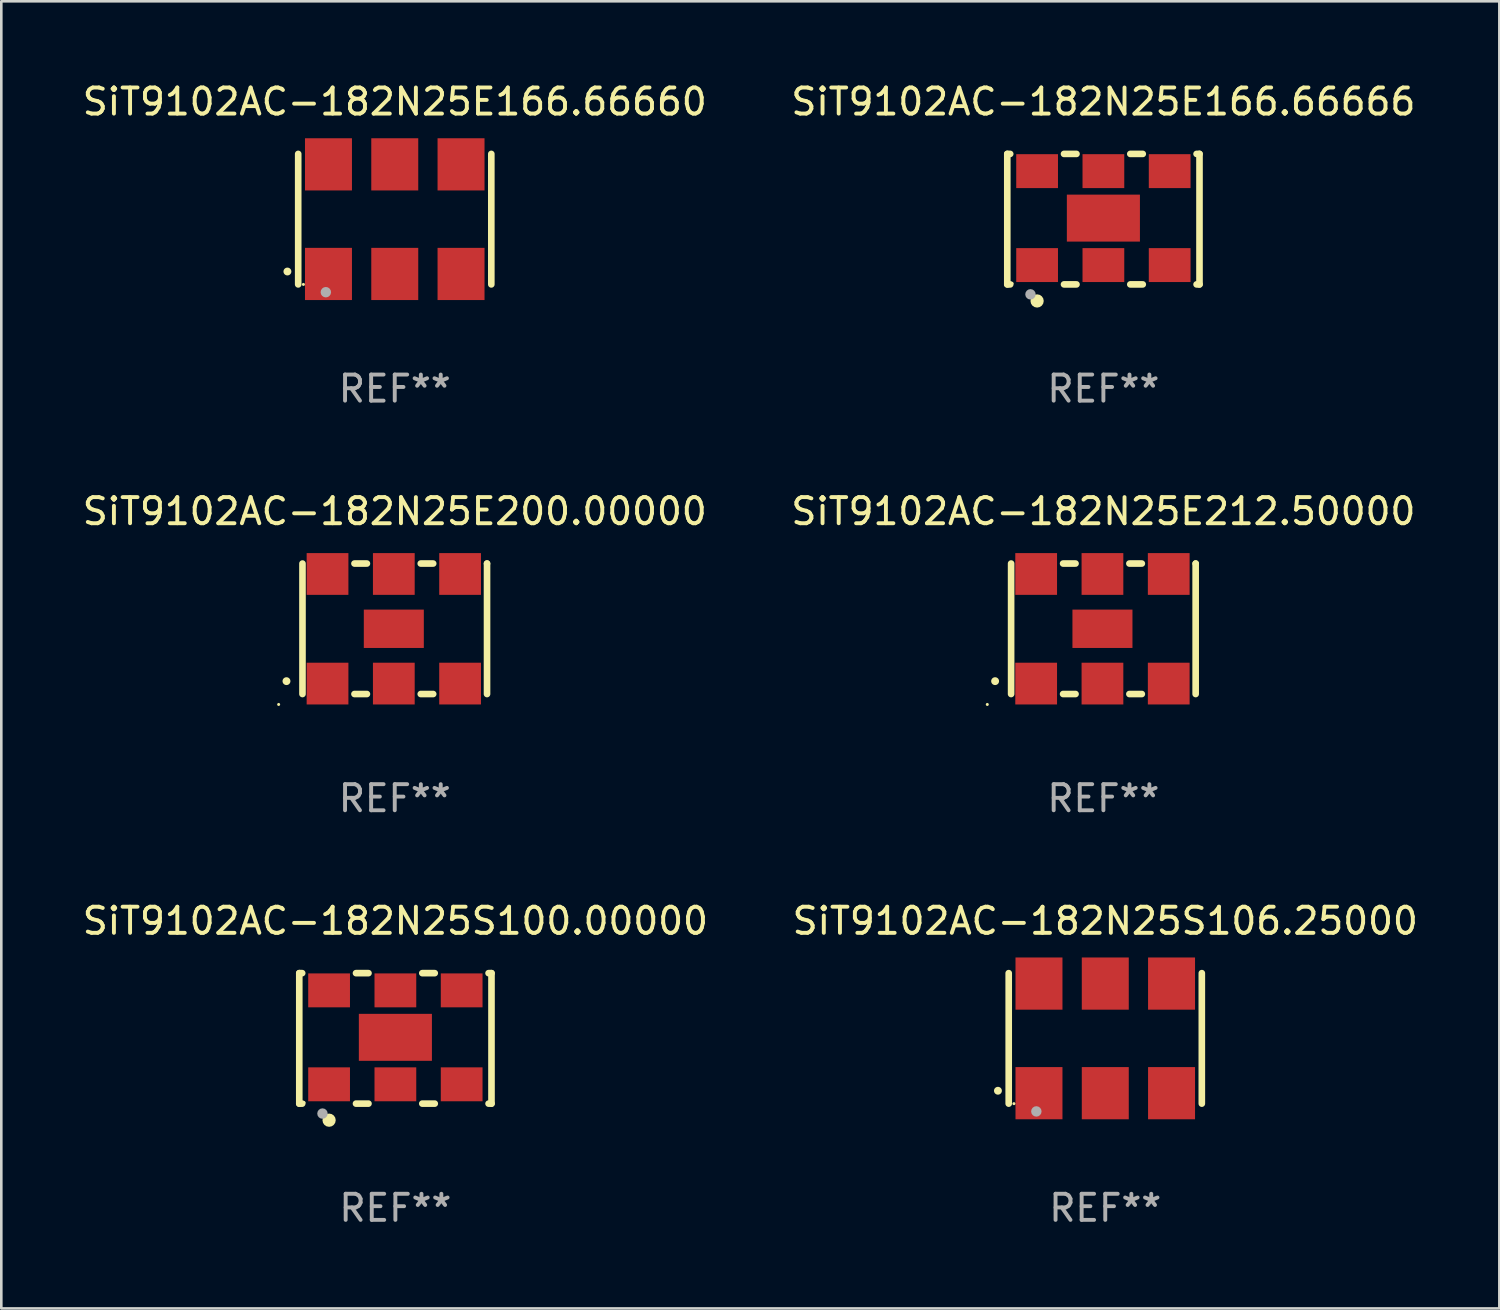
<source format=kicad_pcb>
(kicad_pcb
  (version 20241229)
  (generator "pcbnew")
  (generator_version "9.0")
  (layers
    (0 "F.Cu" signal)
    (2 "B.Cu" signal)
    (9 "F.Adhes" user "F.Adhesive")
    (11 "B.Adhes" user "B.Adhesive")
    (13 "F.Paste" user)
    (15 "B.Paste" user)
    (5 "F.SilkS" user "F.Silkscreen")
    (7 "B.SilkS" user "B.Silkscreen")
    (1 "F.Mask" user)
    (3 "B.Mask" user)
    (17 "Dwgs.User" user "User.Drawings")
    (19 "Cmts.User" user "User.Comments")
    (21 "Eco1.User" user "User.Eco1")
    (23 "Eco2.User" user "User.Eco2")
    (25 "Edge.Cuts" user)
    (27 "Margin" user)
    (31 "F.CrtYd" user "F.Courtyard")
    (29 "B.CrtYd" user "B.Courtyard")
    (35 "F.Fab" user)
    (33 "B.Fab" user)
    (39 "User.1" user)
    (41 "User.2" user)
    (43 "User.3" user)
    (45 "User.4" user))
  (footprint "SiT9102AC-182N25E166.66666"
    (layer "F.Cu")
    (at 39.232 5.348)
    (property "Reference" "SiT9102AC-182N25E166.66666" (at 0 -4.5 0) (layer "F.SilkS") (effects (font (size 1 1) (thickness 0.15))))
    (attr through_hole)
    (fp_line (start -3.683 -2.5) (end -3.571 -2.5) (stroke (width 0.254) (type solid)) (layer "F.SilkS"))
    (fp_line (start -3.683 2.5) (end -3.683 -2.5) (stroke (width 0.254) (type solid)) (layer "F.SilkS"))
    (fp_line (start -3.683 2.5) (end -3.571 2.5) (stroke (width 0.254) (type solid)) (layer "F.SilkS"))
    (fp_line (start -1.509 -2.5) (end -1.031 -2.5) (stroke (width 0.254) (type solid)) (layer "F.SilkS"))
    (fp_line (start -1.509 2.5) (end -1.031 2.5) (stroke (width 0.254) (type solid)) (layer "F.SilkS"))
    (fp_line (start 1.031 -2.5) (end 1.509 -2.5) (stroke (width 0.254) (type solid)) (layer "F.SilkS"))
    (fp_line (start 1.031 2.5) (end 1.509 2.5) (stroke (width 0.254) (type solid)) (layer "F.SilkS"))
    (fp_line (start 3.571 -2.5) (end 3.683 -2.5) (stroke (width 0.254) (type solid)) (layer "F.SilkS"))
    (fp_line (start 3.571 2.5) (end 3.683 2.5) (stroke (width 0.254) (type solid)) (layer "F.SilkS"))
    (fp_line (start 3.683 2.5) (end 3.683 -2.5) (stroke (width 0.254) (type solid)) (layer "F.SilkS"))
    (fp_circle (center -3.5 2.46) (end -3.47 2.46) (stroke (width 0.06) (type solid)) (fill no) (layer "F.SilkS"))
    (fp_circle (center -2.54 3.135) (end -2.413 3.135) (stroke (width 0.254) (type solid)) (fill no) (layer "F.SilkS"))
    (fp_circle (center -2.794 2.881) (end -2.694 2.881) (stroke (width 0.2) (type solid)) (fill no) (layer "F.Fab"))
    (fp_text user "REF**" (at 0 6.5 0) (layer "F.Fab") (effects (font (size 1 1) (thickness 0.15))))
    (pad "1" smd rect (at -2.54 1.76) (size 1.6 1.3) (layers "F.Cu" "F.Mask" "F.Paste"))
    (pad "2" smd rect (at 0 1.76) (size 1.6 1.3) (layers "F.Cu" "F.Mask" "F.Paste"))
    (pad "3" smd rect (at 2.54 1.76) (size 1.6 1.3) (layers "F.Cu" "F.Mask" "F.Paste"))
    (pad "4" smd rect (at 2.54 -1.84) (size 1.6 1.3) (layers "F.Cu" "F.Mask" "F.Paste"))
    (pad "5" smd rect (at 0 -1.84) (size 1.6 1.3) (layers "F.Cu" "F.Mask" "F.Paste"))
    (pad "6" smd rect (at -2.54 -1.84) (size 1.6 1.3) (layers "F.Cu" "F.Mask" "F.Paste"))
    (pad "7" smd rect (at 0 -0.04) (size 2.8 1.8) (layers "F.Cu" "F.Mask" "F.Paste")))
  (footprint "SiT9102AC-182N25E212.50000"
    (layer "F.Cu")
    (at 39.232 21.045)
    (property "Reference" "SiT9102AC-182N25E212.50000" (at 0 -4.5 0) (layer "F.SilkS") (effects (font (size 1 1) (thickness 0.15))))
    (attr through_hole)
    (fp_line (start -3.536 -2.5) (end -3.536 2.5) (stroke (width 0.254) (type solid)) (layer "F.SilkS"))
    (fp_line (start -1.544 2.5) (end -1.067 2.5) (stroke (width 0.254) (type solid)) (layer "F.SilkS"))
    (fp_line (start -1.067 -2.5) (end -1.544 -2.5) (stroke (width 0.254) (type solid)) (layer "F.SilkS"))
    (fp_line (start 0.996 2.5) (end 1.473 2.5) (stroke (width 0.254) (type solid)) (layer "F.SilkS"))
    (fp_line (start 1.473 -2.5) (end 0.996 -2.5) (stroke (width 0.254) (type solid)) (layer "F.SilkS"))
    (fp_line (start 3.536 -2.5) (end 3.536 -2.5) (stroke (width 0.254) (type solid)) (layer "F.SilkS"))
    (fp_line (start 3.536 2.5) (end 3.536 -2.5) (stroke (width 0.254) (type solid)) (layer "F.SilkS"))
    (fp_arc (start -4.150432 2.006604) (mid -4.149162 2.006599) (end -4.147892 2.006604) (stroke (width 0.3) (type solid)) (layer "F.SilkS"))
    (fp_circle (center -4.449 2.9) (end -4.419 2.9) (stroke (width 0.06) (type solid)) (fill no) (layer "F.SilkS"))
    (fp_text user "REF**" (at 0 6.5 0) (layer "F.Fab") (effects (font (size 1 1) (thickness 0.15))))
    (pad "1" smd rect (at -2.576 2.1) (size 1.6 1.6) (layers "F.Cu" "F.Mask" "F.Paste"))
    (pad "2" smd rect (at -0.036 2.1) (size 1.6 1.6) (layers "F.Cu" "F.Mask" "F.Paste"))
    (pad "3" smd rect (at 2.504 2.1) (size 1.6 1.6) (layers "F.Cu" "F.Mask" "F.Paste"))
    (pad "4" smd rect (at 2.504 -2.1) (size 1.6 1.6) (layers "F.Cu" "F.Mask" "F.Paste"))
    (pad "5" smd rect (at -0.036 -2.1) (size 1.6 1.6) (layers "F.Cu" "F.Mask" "F.Paste"))
    (pad "6" smd rect (at -2.576 -2.1) (size 1.6 1.6) (layers "F.Cu" "F.Mask" "F.Paste"))
    (pad "7" smd rect (at -0.036 0) (size 2.3 1.47) (layers "F.Cu" "F.Mask" "F.Paste")))
  (footprint "SiT9102AC-182N25E200.00000"
    (layer "F.Cu")
    (at 12.077 21.045)
    (property "Reference" "SiT9102AC-182N25E200.00000" (at 0 -4.5 0) (layer "F.SilkS") (effects (font (size 1 1) (thickness 0.15))))
    (attr through_hole)
    (fp_line (start -3.536 -2.5) (end -3.536 2.5) (stroke (width 0.254) (type solid)) (layer "F.SilkS"))
    (fp_line (start -1.544 2.5) (end -1.067 2.5) (stroke (width 0.254) (type solid)) (layer "F.SilkS"))
    (fp_line (start -1.067 -2.5) (end -1.544 -2.5) (stroke (width 0.254) (type solid)) (layer "F.SilkS"))
    (fp_line (start 0.996 2.5) (end 1.473 2.5) (stroke (width 0.254) (type solid)) (layer "F.SilkS"))
    (fp_line (start 1.473 -2.5) (end 0.996 -2.5) (stroke (width 0.254) (type solid)) (layer "F.SilkS"))
    (fp_line (start 3.536 -2.5) (end 3.536 -2.5) (stroke (width 0.254) (type solid)) (layer "F.SilkS"))
    (fp_line (start 3.536 2.5) (end 3.536 -2.5) (stroke (width 0.254) (type solid)) (layer "F.SilkS"))
    (fp_arc (start -4.150432 2.006604) (mid -4.149162 2.006599) (end -4.147892 2.006604) (stroke (width 0.3) (type solid)) (layer "F.SilkS"))
    (fp_circle (center -4.449 2.9) (end -4.419 2.9) (stroke (width 0.06) (type solid)) (fill no) (layer "F.SilkS"))
    (fp_text user "REF**" (at 0 6.5 0) (layer "F.Fab") (effects (font (size 1 1) (thickness 0.15))))
    (pad "1" smd rect (at -2.576 2.1) (size 1.6 1.6) (layers "F.Cu" "F.Mask" "F.Paste"))
    (pad "2" smd rect (at -0.036 2.1) (size 1.6 1.6) (layers "F.Cu" "F.Mask" "F.Paste"))
    (pad "3" smd rect (at 2.504 2.1) (size 1.6 1.6) (layers "F.Cu" "F.Mask" "F.Paste"))
    (pad "4" smd rect (at 2.504 -2.1) (size 1.6 1.6) (layers "F.Cu" "F.Mask" "F.Paste"))
    (pad "5" smd rect (at -0.036 -2.1) (size 1.6 1.6) (layers "F.Cu" "F.Mask" "F.Paste"))
    (pad "6" smd rect (at -2.576 -2.1) (size 1.6 1.6) (layers "F.Cu" "F.Mask" "F.Paste"))
    (pad "7" smd rect (at -0.036 0) (size 2.3 1.47) (layers "F.Cu" "F.Mask" "F.Paste")))
  (footprint "SiT9102AC-182N25S106.25000"
    (layer "F.Cu")
    (at 39.304 36.741)
    (property "Reference" "SiT9102AC-182N25S106.25000" (at 0 -4.5 0) (layer "F.SilkS") (effects (font (size 1 1) (thickness 0.15))))
    (attr through_hole)
    (fp_line (start -3.7 -2.5) (end -3.7 2.5) (stroke (width 0.254) (type solid)) (layer "F.SilkS"))
    (fp_line (start 3.7 -2.5) (end 3.7 2.5) (stroke (width 0.254) (type solid)) (layer "F.SilkS"))
    (fp_arc (start -4.114415 2.006604) (mid -4.113145 2.006599) (end -4.111875 2.006604) (stroke (width 0.3) (type solid)) (layer "F.SilkS"))
    (fp_circle (center -3.5 2.501) (end -3.47 2.501) (stroke (width 0.06) (type solid)) (fill no) (layer "F.SilkS"))
    (fp_circle (center -2.641 2.799) (end -2.541 2.799) (stroke (width 0.2) (type solid)) (fill no) (layer "F.Fab"))
    (fp_text user "REF**" (at 0 6.5 0) (layer "F.Fab") (effects (font (size 1 1) (thickness 0.15))))
    (pad "1" smd rect (at -2.54 2.1) (size 1.8 2) (layers "F.Cu" "F.Mask" "F.Paste"))
    (pad "2" smd rect (at 0.000394 2.1) (size 1.8 2) (layers "F.Cu" "F.Mask" "F.Paste"))
    (pad "3" smd rect (at 2.54 2.1) (size 1.8 2) (layers "F.Cu" "F.Mask" "F.Paste"))
    (pad "4" smd rect (at 2.54 -2.1) (size 1.8 2) (layers "F.Cu" "F.Mask" "F.Paste"))
    (pad "5" smd rect (at 0.000394 -2.1) (size 1.8 2) (layers "F.Cu" "F.Mask" "F.Paste"))
    (pad "6" smd rect (at -2.54 -2.1) (size 1.8 2) (layers "F.Cu" "F.Mask" "F.Paste")))
  (footprint "SiT9102AC-182N25E166.66660"
    (layer "F.Cu")
    (at 12.077 5.348)
    (property "Reference" "SiT9102AC-182N25E166.66660" (at 0 -4.5 0) (layer "F.SilkS") (effects (font (size 1 1) (thickness 0.15))))
    (attr through_hole)
    (fp_line (start -3.7 -2.5) (end -3.7 2.5) (stroke (width 0.254) (type solid)) (layer "F.SilkS"))
    (fp_line (start 3.7 -2.5) (end 3.7 2.5) (stroke (width 0.254) (type solid)) (layer "F.SilkS"))
    (fp_arc (start -4.114415 2.006604) (mid -4.113145 2.006599) (end -4.111875 2.006604) (stroke (width 0.3) (type solid)) (layer "F.SilkS"))
    (fp_circle (center -3.5 2.501) (end -3.47 2.501) (stroke (width 0.06) (type solid)) (fill no) (layer "F.SilkS"))
    (fp_circle (center -2.641 2.799) (end -2.541 2.799) (stroke (width 0.2) (type solid)) (fill no) (layer "F.Fab"))
    (fp_text user "REF**" (at 0 6.5 0) (layer "F.Fab") (effects (font (size 1 1) (thickness 0.15))))
    (pad "1" smd rect (at -2.54 2.1) (size 1.8 2) (layers "F.Cu" "F.Mask" "F.Paste"))
    (pad "2" smd rect (at 0.000394 2.1) (size 1.8 2) (layers "F.Cu" "F.Mask" "F.Paste"))
    (pad "3" smd rect (at 2.54 2.1) (size 1.8 2) (layers "F.Cu" "F.Mask" "F.Paste"))
    (pad "4" smd rect (at 2.54 -2.1) (size 1.8 2) (layers "F.Cu" "F.Mask" "F.Paste"))
    (pad "5" smd rect (at 0.000394 -2.1) (size 1.8 2) (layers "F.Cu" "F.Mask" "F.Paste"))
    (pad "6" smd rect (at -2.54 -2.1) (size 1.8 2) (layers "F.Cu" "F.Mask" "F.Paste")))
  (footprint "SiT9102AC-182N25S100.00000"
    (layer "F.Cu")
    (at 12.101 36.741)
    (property "Reference" "SiT9102AC-182N25S100.00000" (at 0 -4.5 0) (layer "F.SilkS") (effects (font (size 1 1) (thickness 0.15))))
    (attr through_hole)
    (fp_line (start -3.683 -2.5) (end -3.571 -2.5) (stroke (width 0.254) (type solid)) (layer "F.SilkS"))
    (fp_line (start -3.683 2.5) (end -3.683 -2.5) (stroke (width 0.254) (type solid)) (layer "F.SilkS"))
    (fp_line (start -3.683 2.5) (end -3.571 2.5) (stroke (width 0.254) (type solid)) (layer "F.SilkS"))
    (fp_line (start -1.509 -2.5) (end -1.031 -2.5) (stroke (width 0.254) (type solid)) (layer "F.SilkS"))
    (fp_line (start -1.509 2.5) (end -1.031 2.5) (stroke (width 0.254) (type solid)) (layer "F.SilkS"))
    (fp_line (start 1.031 -2.5) (end 1.509 -2.5) (stroke (width 0.254) (type solid)) (layer "F.SilkS"))
    (fp_line (start 1.031 2.5) (end 1.509 2.5) (stroke (width 0.254) (type solid)) (layer "F.SilkS"))
    (fp_line (start 3.571 -2.5) (end 3.683 -2.5) (stroke (width 0.254) (type solid)) (layer "F.SilkS"))
    (fp_line (start 3.571 2.5) (end 3.683 2.5) (stroke (width 0.254) (type solid)) (layer "F.SilkS"))
    (fp_line (start 3.683 2.5) (end 3.683 -2.5) (stroke (width 0.254) (type solid)) (layer "F.SilkS"))
    (fp_circle (center -3.5 2.46) (end -3.47 2.46) (stroke (width 0.06) (type solid)) (fill no) (layer "F.SilkS"))
    (fp_circle (center -2.54 3.135) (end -2.413 3.135) (stroke (width 0.254) (type solid)) (fill no) (layer "F.SilkS"))
    (fp_circle (center -2.794 2.881) (end -2.694 2.881) (stroke (width 0.2) (type solid)) (fill no) (layer "F.Fab"))
    (fp_text user "REF**" (at 0 6.5 0) (layer "F.Fab") (effects (font (size 1 1) (thickness 0.15))))
    (pad "1" smd rect (at -2.54 1.76) (size 1.6 1.3) (layers "F.Cu" "F.Mask" "F.Paste"))
    (pad "2" smd rect (at 0 1.76) (size 1.6 1.3) (layers "F.Cu" "F.Mask" "F.Paste"))
    (pad "3" smd rect (at 2.54 1.76) (size 1.6 1.3) (layers "F.Cu" "F.Mask" "F.Paste"))
    (pad "4" smd rect (at 2.54 -1.84) (size 1.6 1.3) (layers "F.Cu" "F.Mask" "F.Paste"))
    (pad "5" smd rect (at 0 -1.84) (size 1.6 1.3) (layers "F.Cu" "F.Mask" "F.Paste"))
    (pad "6" smd rect (at -2.54 -1.84) (size 1.6 1.3) (layers "F.Cu" "F.Mask" "F.Paste"))
    (pad "7" smd rect (at 0 -0.04) (size 2.8 1.8) (layers "F.Cu" "F.Mask" "F.Paste")))
  (gr_rect
    (start -3 -3)
    (end 54.405 47.09)
    (stroke (width 0.1) (type default))
    (fill no)
    (layer "Edge.Cuts")))
</source>
